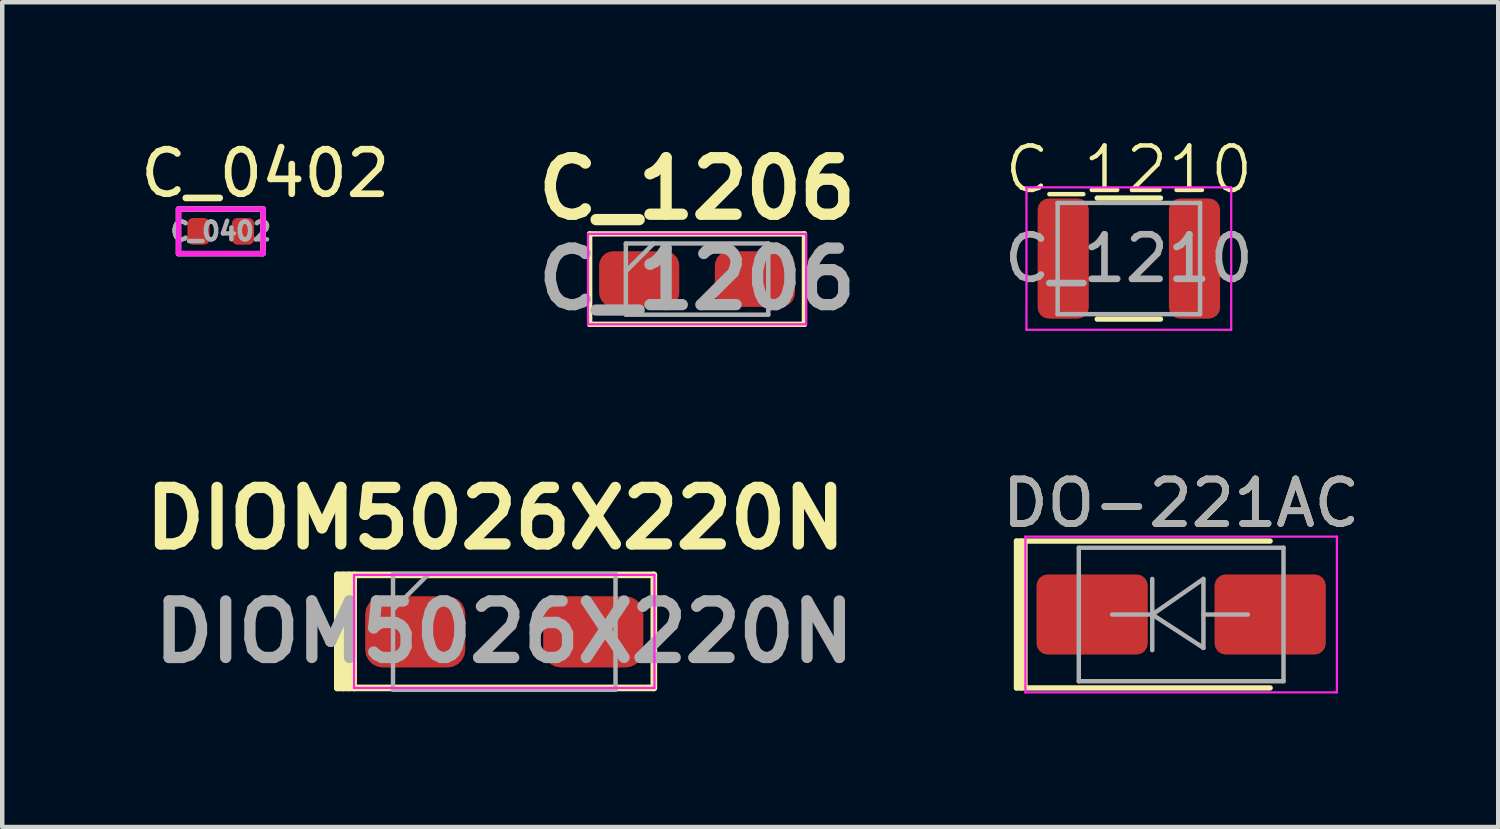
<source format=kicad_pcb>
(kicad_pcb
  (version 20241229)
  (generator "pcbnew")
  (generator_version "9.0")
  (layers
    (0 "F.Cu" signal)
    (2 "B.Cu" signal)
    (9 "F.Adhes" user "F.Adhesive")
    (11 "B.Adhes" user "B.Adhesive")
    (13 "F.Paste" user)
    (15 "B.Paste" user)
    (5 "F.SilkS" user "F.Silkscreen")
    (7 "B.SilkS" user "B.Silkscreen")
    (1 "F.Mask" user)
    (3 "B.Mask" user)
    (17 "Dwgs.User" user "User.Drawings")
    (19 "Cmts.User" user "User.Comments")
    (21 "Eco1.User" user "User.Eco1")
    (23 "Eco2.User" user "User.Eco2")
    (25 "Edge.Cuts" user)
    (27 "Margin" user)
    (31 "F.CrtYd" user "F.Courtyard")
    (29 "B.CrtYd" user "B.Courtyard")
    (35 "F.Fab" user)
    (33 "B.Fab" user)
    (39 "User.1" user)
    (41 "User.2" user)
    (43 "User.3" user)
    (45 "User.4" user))
  (footprint "C_0402"
    (layer "F.Cu")
    (at 1.911 2.148)
    (property "Reference" "C_0402" (at 1 -1.3 0) (layer "F.SilkS") (effects (font (size 1 1) (thickness 0.15))))
    (attr smd)
    (fp_line (start -0.95 -0.5) (end -0.95 0.5) (stroke (width 0.12) (type solid)) (layer "F.SilkS"))
    (fp_line (start -0.95 0.5) (end 0.95 0.5) (stroke (width 0.12) (type solid)) (layer "F.SilkS"))
    (fp_line (start 0.95 -0.5) (end -0.95 -0.5) (stroke (width 0.12) (type solid)) (layer "F.SilkS"))
    (fp_line (start 0.95 0.5) (end 0.95 -0.5) (stroke (width 0.12) (type solid)) (layer "F.SilkS"))
    (fp_line (start -0.95 -0.5) (end -0.95 0.5) (stroke (width 0.12) (type solid)) (layer "F.CrtYd"))
    (fp_line (start -0.95 0.5) (end 0.95 0.5) (stroke (width 0.12) (type solid)) (layer "F.CrtYd"))
    (fp_line (start 0.95 -0.5) (end -0.95 -0.5) (stroke (width 0.12) (type solid)) (layer "F.CrtYd"))
    (fp_line (start 0.95 0.5) (end 0.95 -0.5) (stroke (width 0.12) (type solid)) (layer "F.CrtYd"))
    (fp_line (start -0.95 -0.5) (end -0.95 0.5) (stroke (width 0.12) (type solid)) (layer "F.Fab"))
    (fp_line (start -0.95 0.5) (end 0.95 0.5) (stroke (width 0.12) (type solid)) (layer "F.Fab"))
    (fp_line (start 0.95 -0.5) (end -0.95 -0.5) (stroke (width 0.12) (type solid)) (layer "F.Fab"))
    (fp_line (start 0.95 0.5) (end 0.95 -0.5) (stroke (width 0.12) (type solid)) (layer "F.Fab"))
    (fp_text user "${REFERENCE}" (at 0 0 0) (layer "F.Fab") (effects (font (size 0.4 0.4) (thickness 0.1))))
    (pad "1" smd roundrect (at -0.5 0) (size 0.5 0.6) (layers "F.Cu" "F.Mask" "F.Paste") (roundrect_rratio 0.25))
    (pad "2" smd roundrect (at 0.5 0) (size 0.5 0.6) (layers "F.Cu" "F.Mask" "F.Paste") (roundrect_rratio 0.25)))
  (footprint "C_1206"
    (layer "F.Cu")
    (at 12.613 3.221)
    (property "Reference" "C_1206" (at 0 -2.032 0) (layer "F.SilkS") (effects (font (size 1.27 1.27) (thickness 0.254))))
    (attr smd)
    (fp_line (start -2.413 -1.016) (end -2.413 1.016) (stroke (width 0.12) (type solid)) (layer "F.SilkS"))
    (fp_line (start -2.413 1.016) (end 2.413 1.016) (stroke (width 0.12) (type solid)) (layer "F.SilkS"))
    (fp_line (start 2.413 -1.016) (end -2.413 -1.016) (stroke (width 0.12) (type solid)) (layer "F.SilkS"))
    (fp_line (start 2.413 -1.016) (end 2.413 1.016) (stroke (width 0.12) (type solid)) (layer "F.SilkS"))
    (fp_line (start -2.45 -1.016) (end 2.45 -1.016) (stroke (width 0.05) (type solid)) (layer "F.CrtYd"))
    (fp_line (start -2.45 1.016) (end -2.45 -1.016) (stroke (width 0.05) (type solid)) (layer "F.CrtYd"))
    (fp_line (start 2.45 -1.016) (end 2.45 1.016) (stroke (width 0.05) (type solid)) (layer "F.CrtYd"))
    (fp_line (start 2.45 1.016) (end -2.45 1.016) (stroke (width 0.05) (type solid)) (layer "F.CrtYd"))
    (fp_line (start -1.6 -0.8) (end 1.6 -0.8) (stroke (width 0.1) (type solid)) (layer "F.Fab"))
    (fp_line (start -1.6 -0.175) (end -0.975 -0.8) (stroke (width 0.1) (type solid)) (layer "F.Fab"))
    (fp_line (start -1.6 0.8) (end -1.6 -0.8) (stroke (width 0.1) (type solid)) (layer "F.Fab"))
    (fp_line (start 1.6 -0.8) (end 1.6 0.8) (stroke (width 0.1) (type solid)) (layer "F.Fab"))
    (fp_line (start 1.6 0.8) (end -1.6 0.8) (stroke (width 0.1) (type solid)) (layer "F.Fab"))
    (fp_text user "${REFERENCE}" (at 0 0 0) (layer "F.Fab") (effects (font (size 1.27 1.27) (thickness 0.254))))
    (pad "1" smd roundrect (at -1.3 0 90) (size 1.25 1.8) (layers "F.Cu" "F.Mask" "F.Paste") (roundrect_rratio 0.25))
    (pad "2" smd roundrect (at 1.3 0 90) (size 1.25 1.8) (layers "F.Cu" "F.Mask" "F.Paste") (roundrect_rratio 0.25)))
  (footprint "DO-221AC"
    (layer "F.Cu")
    (at 23.491 10.758)
    (property "Reference" "DO-221AC" (at 0 -2.5 0) (layer "F.SilkS") (effects (font (size 1 1) (thickness 0.15))))
    (attr smd)
    (fp_line (start -3.7 -1.65) (end -3.7 1.65) (stroke (width 0.12) (type solid)) (layer "F.SilkS"))
    (fp_line (start -3.7 -1.65) (end 2 -1.65) (stroke (width 0.12) (type solid)) (layer "F.SilkS"))
    (fp_line (start -3.7 1.65) (end 2 1.65) (stroke (width 0.12) (type solid)) (layer "F.SilkS"))
    (fp_line (start -3.6 -1.65) (end -3.6 1.65) (stroke (width 0.12) (type solid)) (layer "F.SilkS"))
    (fp_line (start -3.51 -1.65) (end -3.51 1.65) (stroke (width 0.12) (type solid)) (layer "F.SilkS"))
    (fp_line (start -3.5 -1.75) (end 3.5 -1.75) (stroke (width 0.05) (type solid)) (layer "F.CrtYd"))
    (fp_line (start -3.5 1.75) (end -3.5 -1.75) (stroke (width 0.05) (type solid)) (layer "F.CrtYd"))
    (fp_line (start 3.5 -1.75) (end 3.5 1.75) (stroke (width 0.05) (type solid)) (layer "F.CrtYd"))
    (fp_line (start 3.5 1.75) (end -3.5 1.75) (stroke (width 0.05) (type solid)) (layer "F.CrtYd"))
    (fp_line (start -2.3 1.5) (end -2.3 -1.5) (stroke (width 0.1) (type solid)) (layer "F.Fab"))
    (fp_line (start -0.649 -0.799) (end -0.649 0.801) (stroke (width 0.1) (type solid)) (layer "F.Fab"))
    (fp_line (start -0.649 0.001) (end -1.551 0.001) (stroke (width 0.1) (type solid)) (layer "F.Fab"))
    (fp_line (start -0.649 0.001) (end 0.501 -0.799) (stroke (width 0.1) (type solid)) (layer "F.Fab"))
    (fp_line (start -0.649 0.001) (end 0.501 0.75) (stroke (width 0.1) (type solid)) (layer "F.Fab"))
    (fp_line (start 0.501 0.001) (end 1.499 0.001) (stroke (width 0.1) (type solid)) (layer "F.Fab"))
    (fp_line (start 0.501 0.75) (end 0.501 -0.799) (stroke (width 0.1) (type solid)) (layer "F.Fab"))
    (fp_line (start 2.3 -1.5) (end -2.3 -1.5) (stroke (width 0.1) (type solid)) (layer "F.Fab"))
    (fp_line (start 2.3 -1.5) (end 2.3 1.5) (stroke (width 0.1) (type solid)) (layer "F.Fab"))
    (fp_line (start 2.3 1.5) (end -2.3 1.5) (stroke (width 0.1) (type solid)) (layer "F.Fab"))
    (fp_text user "${REFERENCE}" (at 0 -2.5 0) (layer "F.Fab") (effects (font (size 1 1) (thickness 0.15))))
    (pad "1" smd roundrect (at -2 0) (size 2.5 1.8) (layers "F.Cu" "F.Mask" "F.Paste") (roundrect_rratio 0.139))
    (pad "2" smd roundrect (at 2 0) (size 2.5 1.8) (layers "F.Cu" "F.Mask" "F.Paste") (roundrect_rratio 0.139)))
  (footprint "C_1210"
    (layer "F.Cu")
    (at 22.316 2.76)
    (property "Reference" "C_1210" (at 0 -2 0) (unlocked yes) (layer "F.SilkS") (effects (font (size 1 1) (thickness 0.1))))
    (attr smd)
    (fp_line (start -0.711 -1.36) (end 0.711 -1.36) (stroke (width 0.12) (type solid)) (layer "F.SilkS"))
    (fp_line (start -0.711 1.36) (end 0.711 1.36) (stroke (width 0.12) (type solid)) (layer "F.SilkS"))
    (fp_line (start -2.3 -1.6) (end 2.3 -1.6) (stroke (width 0.05) (type solid)) (layer "F.CrtYd"))
    (fp_line (start -2.3 1.6) (end -2.3 -1.6) (stroke (width 0.05) (type solid)) (layer "F.CrtYd"))
    (fp_line (start 2.3 -1.6) (end 2.3 1.6) (stroke (width 0.05) (type solid)) (layer "F.CrtYd"))
    (fp_line (start 2.3 1.6) (end -2.3 1.6) (stroke (width 0.05) (type solid)) (layer "F.CrtYd"))
    (fp_line (start -1.6 -1.25) (end 1.6 -1.25) (stroke (width 0.1) (type solid)) (layer "F.Fab"))
    (fp_line (start -1.6 1.25) (end -1.6 -1.25) (stroke (width 0.1) (type solid)) (layer "F.Fab"))
    (fp_line (start 1.6 -1.25) (end 1.6 1.25) (stroke (width 0.1) (type solid)) (layer "F.Fab"))
    (fp_line (start 1.6 1.25) (end -1.6 1.25) (stroke (width 0.1) (type solid)) (layer "F.Fab"))
    (fp_text user "${REFERENCE}" (at 0 0 0) (unlocked yes) (layer "F.Fab") (effects (font (size 1 1) (thickness 0.15))))
    (pad "1" smd roundrect (at -1.475 0) (size 1.15 2.7) (layers "F.Cu" "F.Mask" "F.Paste") (roundrect_rratio 0.217))
    (pad "2" smd roundrect (at 1.475 0) (size 1.15 2.7) (layers "F.Cu" "F.Mask" "F.Paste") (roundrect_rratio 0.217)))
  (footprint "DIOM5026X220N"
    (layer "F.Cu")
    (at 8.086 11.265)
    (property "Reference" "DIOM5026X220N" (at 0 -2.667 0) (layer "F.SilkS") (effects (font (size 1.27 1.27) (thickness 0.254))))
    (attr smd)
    (fp_line (start -3.556 -1.397) (end -3.556 1.143) (stroke (width 0.15) (type solid)) (layer "F.SilkS"))
    (fp_line (start -3.556 -1.397) (end -3.175 -1.397) (stroke (width 0.15) (type solid)) (layer "F.SilkS"))
    (fp_line (start -3.556 1.143) (end -3.175 1.143) (stroke (width 0.15) (type solid)) (layer "F.SilkS"))
    (fp_line (start -3.429 -1.397) (end -3.429 1.143) (stroke (width 0.15) (type solid)) (layer "F.SilkS"))
    (fp_line (start -3.302 1.143) (end -3.302 -1.397) (stroke (width 0.15) (type solid)) (layer "F.SilkS"))
    (fp_line (start -3.175 -1.397) (end -3.175 1.143) (stroke (width 0.12) (type solid)) (layer "F.SilkS"))
    (fp_line (start -3.175 1.143) (end 3.556 1.143) (stroke (width 0.15) (type solid)) (layer "F.SilkS"))
    (fp_line (start 3.556 -1.397) (end -3.175 -1.397) (stroke (width 0.15) (type solid)) (layer "F.SilkS"))
    (fp_line (start 3.556 -1.397) (end 3.556 1.143) (stroke (width 0.15) (type default)) (layer "F.SilkS"))
    (fp_line (start -3.18 -1.397) (end 3.57 -1.397) (stroke (width 0.05) (type solid)) (layer "F.CrtYd"))
    (fp_line (start -3.18 1.143) (end -3.18 -1.397) (stroke (width 0.05) (type solid)) (layer "F.CrtYd"))
    (fp_line (start 3.57 -1.397) (end 3.57 1.143) (stroke (width 0.05) (type solid)) (layer "F.CrtYd"))
    (fp_line (start 3.57 1.143) (end -3.18 1.143) (stroke (width 0.05) (type solid)) (layer "F.CrtYd"))
    (fp_line (start -2.305 -1.416) (end 2.695 -1.416) (stroke (width 0.1) (type solid)) (layer "F.Fab"))
    (fp_line (start -2.305 -0.616) (end -1.505 -1.416) (stroke (width 0.1) (type solid)) (layer "F.Fab"))
    (fp_line (start -2.305 1.184) (end -2.305 -1.416) (stroke (width 0.1) (type solid)) (layer "F.Fab"))
    (fp_line (start 2.695 -1.416) (end 2.695 1.184) (stroke (width 0.1) (type solid)) (layer "F.Fab"))
    (fp_line (start 2.695 1.184) (end -2.305 1.184) (stroke (width 0.1) (type solid)) (layer "F.Fab"))
    (fp_text user "${REFERENCE}" (at 0.195 -0.116 0) (layer "F.Fab") (effects (font (size 1.27 1.27) (thickness 0.254))))
    (pad "A" smd roundrect (at 2.195 -0.116 90) (size 1.6 2.25) (layers "F.Cu" "F.Mask" "F.Paste") (roundrect_rratio 0.25))
    (pad "C" smd roundrect (at -1.805 -0.116 90) (size 1.6 2.25) (layers "F.Cu" "F.Mask" "F.Paste") (roundrect_rratio 0.25)))
  (gr_rect
    (start -3 -3)
    (end 30.616 15.533)
    (stroke (width 0.1) (type default))
    (fill no)
    (layer "Edge.Cuts")))
</source>
